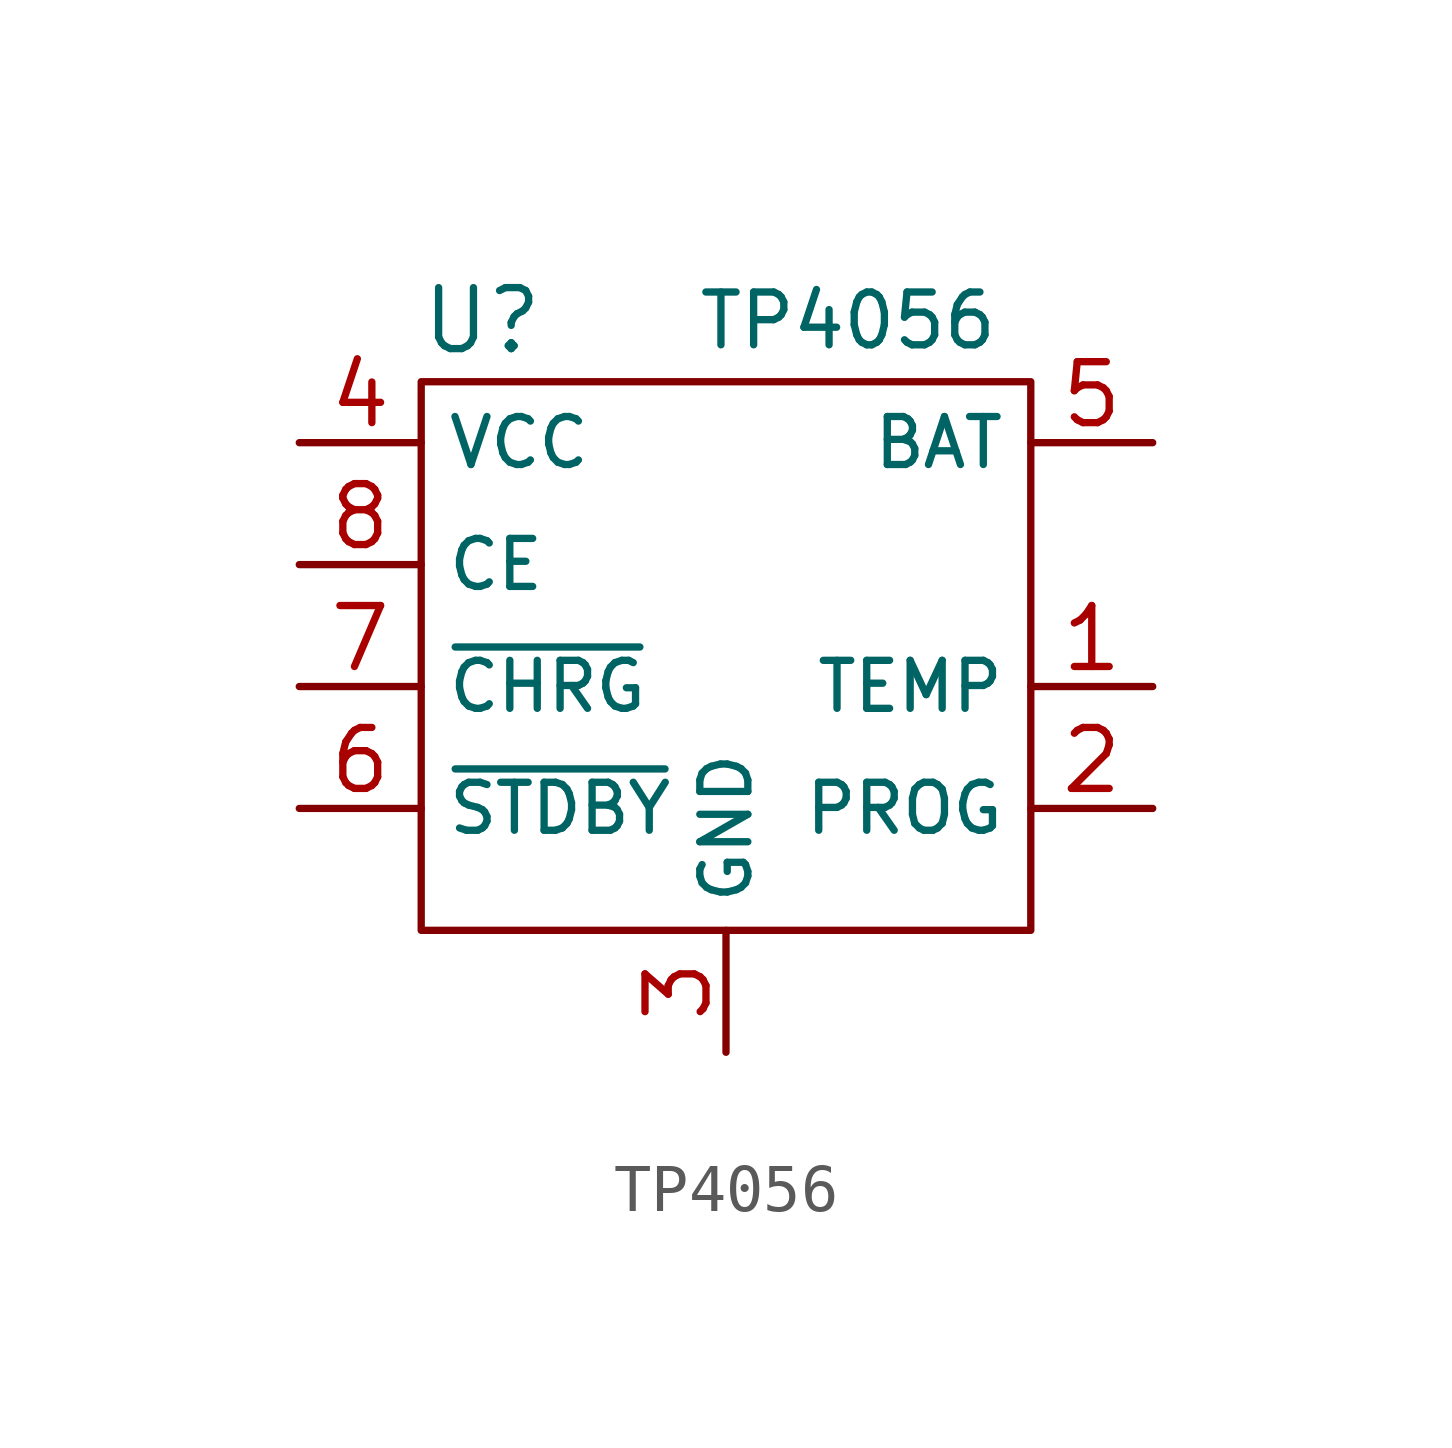
<source format=kicad_sym>
(kicad_symbol_lib
  (version 20211014)
  (generator kicad_symbol_editor)
  (symbol "TP4056"
    (property "Reference" "U"
      (at 1.27 13.97 0)
      (effects (font (size 1.27 1.27))))
    (property "Value" "TP4056"
      (at 8.89 13.97 0)
      (effects (font (size 1.1 1.1))))
    (symbol "TP4056_0_1"
      (rectangle (start 0 12.7) (end 12.7 1.27) (stroke (width 0) (type default) (color 0 0 0 0)) (fill (type none))))
    (symbol "TP4056_1_1"
      (pin input line (at 15.24 6.35 180) (length 2.54) (name "TEMP" (effects (font (size 1 1)))) (number "1" (effects (font (size 1.27 1.27)))))
      (pin input line (at 15.24 3.81 180) (length 2.54) (name "PROG" (effects (font (size 1 1)))) (number "2" (effects (font (size 1.27 1.27)))))
      (pin input line (at 6.35 -1.27 90) (length 2.54) (name "GND" (effects (font (size 1 1)))) (number "3" (effects (font (size 1.27 1.27)))))
      (pin input line (at -2.54 11.43 0) (length 2.54) (name "VCC" (effects (font (size 1 1)))) (number "4" (effects (font (size 1.27 1.27)))))
      (pin input line (at 15.24 11.43 180) (length 2.54) (name "BAT" (effects (font (size 1 1)))) (number "5" (effects (font (size 1.27 1.27)))))
      (pin input line (at -2.54 3.81 0) (length 2.54) (name "~{STDBY}" (effects (font (size 1 1)))) (number "6" (effects (font (size 1.27 1.27)))))
      (pin input line (at -2.54 6.35 0) (length 2.54) (name "~{CHRG}" (effects (font (size 1 1)))) (number "7" (effects (font (size 1.27 1.27)))))
      (pin input line (at -2.54 8.89 0) (length 2.54) (name "CE" (effects (font (size 1 1)))) (number "8" (effects (font (size 1.27 1.27))))))))
</source>
